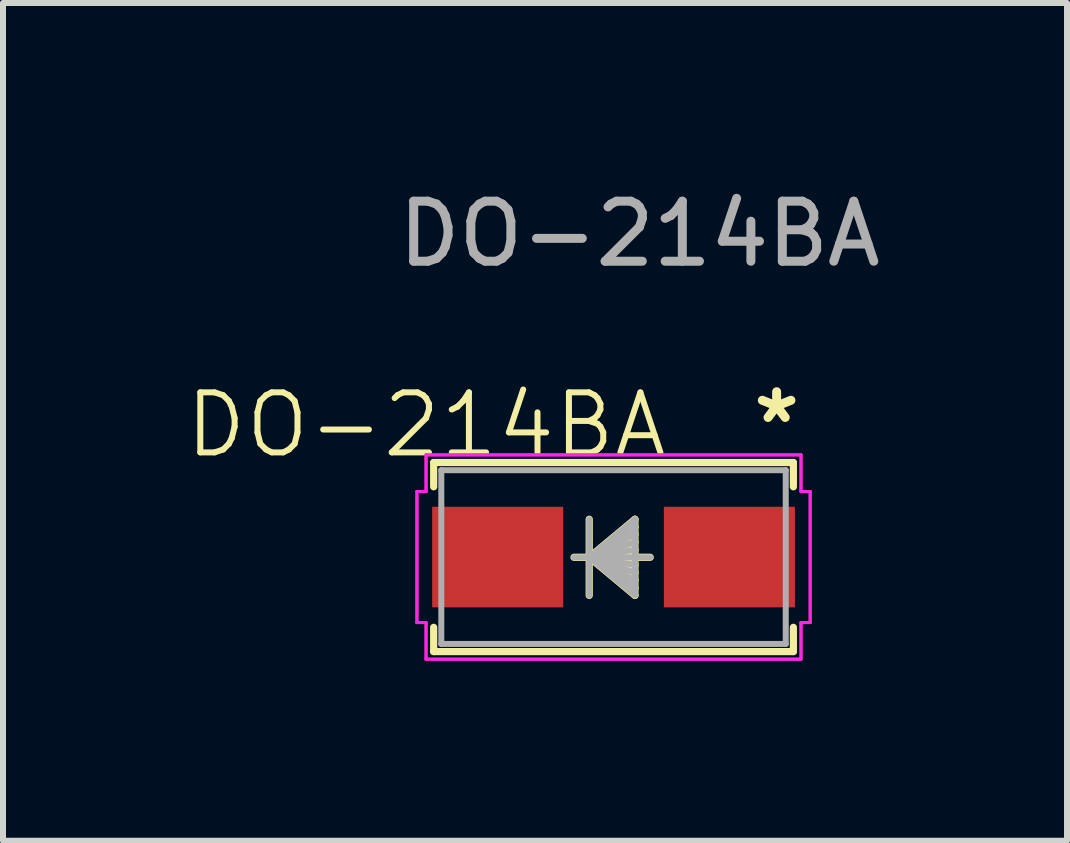
<source format=kicad_pcb>
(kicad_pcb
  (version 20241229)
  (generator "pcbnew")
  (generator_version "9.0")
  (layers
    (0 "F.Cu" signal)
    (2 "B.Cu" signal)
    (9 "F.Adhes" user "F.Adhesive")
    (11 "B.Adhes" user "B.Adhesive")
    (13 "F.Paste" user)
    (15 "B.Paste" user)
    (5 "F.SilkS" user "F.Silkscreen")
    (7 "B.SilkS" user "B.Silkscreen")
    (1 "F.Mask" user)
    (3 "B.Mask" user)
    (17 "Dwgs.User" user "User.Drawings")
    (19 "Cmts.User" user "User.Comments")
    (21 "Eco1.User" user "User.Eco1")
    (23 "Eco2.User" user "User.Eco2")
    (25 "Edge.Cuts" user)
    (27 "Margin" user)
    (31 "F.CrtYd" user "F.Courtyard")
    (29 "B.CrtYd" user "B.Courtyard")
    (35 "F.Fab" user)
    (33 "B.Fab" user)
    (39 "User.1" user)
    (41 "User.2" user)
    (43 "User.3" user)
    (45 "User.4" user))
  (footprint "DO-214BA"
    (layer "F.Cu")
    (at 7.17 6.231)
    (property "Reference" "DO-214BA" (at -3.12 -2.2 0) (unlocked yes) (layer "F.SilkS") (effects (font (size 1 1) (thickness 0.1))))
    (attr smd)
    (fp_line (start -2.993 -1.573) (end -2.993 -1.169) (stroke (width 0.12) (type solid)) (layer "F.SilkS"))
    (fp_line (start -2.993 1.173) (end -2.993 1.577) (stroke (width 0.12) (type solid)) (layer "F.SilkS"))
    (fp_line (start -2.993 1.577) (end 3.001 1.577) (stroke (width 0.12) (type solid)) (layer "F.SilkS"))
    (fp_line (start -0.401 -0.628) (end -0.401 0.641) (stroke (width 0.12) (type solid)) (layer "F.SilkS"))
    (fp_line (start -0.401 0.006) (end 0.361 -0.628) (stroke (width 0.12) (type solid)) (layer "F.SilkS"))
    (fp_line (start -0.401 0.006) (end 0.361 -0.501) (stroke (width 0.12) (type solid)) (layer "F.SilkS"))
    (fp_line (start -0.401 0.006) (end 0.361 -0.374) (stroke (width 0.12) (type solid)) (layer "F.SilkS"))
    (fp_line (start -0.401 0.006) (end 0.361 -0.247) (stroke (width 0.12) (type solid)) (layer "F.SilkS"))
    (fp_line (start -0.401 0.006) (end 0.361 -0.12) (stroke (width 0.12) (type solid)) (layer "F.SilkS"))
    (fp_line (start -0.401 0.006) (end 0.361 0.134) (stroke (width 0.12) (type solid)) (layer "F.SilkS"))
    (fp_line (start -0.401 0.006) (end 0.361 0.261) (stroke (width 0.12) (type solid)) (layer "F.SilkS"))
    (fp_line (start -0.401 0.006) (end 0.361 0.388) (stroke (width 0.12) (type solid)) (layer "F.SilkS"))
    (fp_line (start -0.401 0.006) (end 0.361 0.514) (stroke (width 0.12) (type solid)) (layer "F.SilkS"))
    (fp_line (start -0.401 0.006) (end 0.361 0.641) (stroke (width 0.12) (type solid)) (layer "F.SilkS"))
    (fp_line (start 0.361 -0.628) (end 0.361 0.641) (stroke (width 0.12) (type solid)) (layer "F.SilkS"))
    (fp_line (start 0.615 0.006) (end -0.655 0.006) (stroke (width 0.12) (type solid)) (layer "F.SilkS"))
    (fp_line (start 3.001 -1.573) (end -2.993 -1.573) (stroke (width 0.12) (type solid)) (layer "F.SilkS"))
    (fp_line (start 3.001 -1.169) (end 3.001 -1.573) (stroke (width 0.12) (type solid)) (layer "F.SilkS"))
    (fp_line (start 3.001 1.577) (end 3.001 1.173) (stroke (width 0.12) (type solid)) (layer "F.SilkS"))
    (fp_line (start -3.272 -1.09) (end -3.12 -1.09) (stroke (width 0.05) (type solid)) (layer "F.CrtYd"))
    (fp_line (start -3.272 -1.09) (end -3.12 -1.09) (stroke (width 0.05) (type solid)) (layer "F.CrtYd"))
    (fp_line (start -3.272 1.094) (end -3.272 -1.09) (stroke (width 0.05) (type solid)) (layer "F.CrtYd"))
    (fp_line (start -3.272 1.094) (end -3.272 -1.09) (stroke (width 0.05) (type solid)) (layer "F.CrtYd"))
    (fp_line (start -3.12 -1.7) (end 3.128 -1.7) (stroke (width 0.05) (type solid)) (layer "F.CrtYd"))
    (fp_line (start -3.12 -1.7) (end 3.128 -1.7) (stroke (width 0.05) (type solid)) (layer "F.CrtYd"))
    (fp_line (start -3.12 -1.09) (end -3.12 -1.7) (stroke (width 0.05) (type solid)) (layer "F.CrtYd"))
    (fp_line (start -3.12 -1.09) (end -3.12 -1.7) (stroke (width 0.05) (type solid)) (layer "F.CrtYd"))
    (fp_line (start -3.12 1.094) (end -3.272 1.094) (stroke (width 0.05) (type solid)) (layer "F.CrtYd"))
    (fp_line (start -3.12 1.094) (end -3.272 1.094) (stroke (width 0.05) (type solid)) (layer "F.CrtYd"))
    (fp_line (start -3.12 1.704) (end -3.12 1.094) (stroke (width 0.05) (type solid)) (layer "F.CrtYd"))
    (fp_line (start -3.12 1.704) (end -3.12 1.094) (stroke (width 0.05) (type solid)) (layer "F.CrtYd"))
    (fp_line (start 3.128 -1.7) (end 3.128 -1.09) (stroke (width 0.05) (type solid)) (layer "F.CrtYd"))
    (fp_line (start 3.128 -1.7) (end 3.128 -1.09) (stroke (width 0.05) (type solid)) (layer "F.CrtYd"))
    (fp_line (start 3.128 -1.09) (end 3.281 -1.09) (stroke (width 0.05) (type solid)) (layer "F.CrtYd"))
    (fp_line (start 3.128 -1.09) (end 3.281 -1.09) (stroke (width 0.05) (type solid)) (layer "F.CrtYd"))
    (fp_line (start 3.128 1.094) (end 3.128 1.704) (stroke (width 0.05) (type solid)) (layer "F.CrtYd"))
    (fp_line (start 3.128 1.094) (end 3.128 1.704) (stroke (width 0.05) (type solid)) (layer "F.CrtYd"))
    (fp_line (start 3.128 1.704) (end -3.12 1.704) (stroke (width 0.05) (type solid)) (layer "F.CrtYd"))
    (fp_line (start 3.128 1.704) (end -3.12 1.704) (stroke (width 0.05) (type solid)) (layer "F.CrtYd"))
    (fp_line (start 3.281 -1.09) (end 3.281 1.094) (stroke (width 0.05) (type solid)) (layer "F.CrtYd"))
    (fp_line (start 3.281 -1.09) (end 3.281 1.094) (stroke (width 0.05) (type solid)) (layer "F.CrtYd"))
    (fp_line (start 3.281 1.094) (end 3.128 1.094) (stroke (width 0.05) (type solid)) (layer "F.CrtYd"))
    (fp_line (start 3.281 1.094) (end 3.128 1.094) (stroke (width 0.05) (type solid)) (layer "F.CrtYd"))
    (fp_line (start -2.866 -1.446) (end -2.866 1.45) (stroke (width 0.1) (type solid)) (layer "F.Fab"))
    (fp_line (start -2.866 1.45) (end 2.874 1.45) (stroke (width 0.1) (type solid)) (layer "F.Fab"))
    (fp_line (start -0.401 -0.628) (end -0.401 0.641) (stroke (width 0.1) (type solid)) (layer "F.Fab"))
    (fp_line (start -0.401 0.006) (end 0.361 -0.628) (stroke (width 0.1) (type solid)) (layer "F.Fab"))
    (fp_line (start -0.401 0.006) (end 0.361 -0.501) (stroke (width 0.1) (type solid)) (layer "F.Fab"))
    (fp_line (start -0.401 0.006) (end 0.361 -0.374) (stroke (width 0.1) (type solid)) (layer "F.Fab"))
    (fp_line (start -0.401 0.006) (end 0.361 -0.247) (stroke (width 0.1) (type solid)) (layer "F.Fab"))
    (fp_line (start -0.401 0.006) (end 0.361 -0.12) (stroke (width 0.1) (type solid)) (layer "F.Fab"))
    (fp_line (start -0.401 0.006) (end 0.361 0.134) (stroke (width 0.1) (type solid)) (layer "F.Fab"))
    (fp_line (start -0.401 0.006) (end 0.361 0.261) (stroke (width 0.1) (type solid)) (layer "F.Fab"))
    (fp_line (start -0.401 0.006) (end 0.361 0.388) (stroke (width 0.1) (type solid)) (layer "F.Fab"))
    (fp_line (start -0.401 0.006) (end 0.361 0.514) (stroke (width 0.1) (type solid)) (layer "F.Fab"))
    (fp_line (start -0.401 0.006) (end 0.361 0.641) (stroke (width 0.1) (type solid)) (layer "F.Fab"))
    (fp_line (start 0.361 -0.628) (end 0.361 0.641) (stroke (width 0.1) (type solid)) (layer "F.Fab"))
    (fp_line (start 0.615 0.006) (end -0.655 0.006) (stroke (width 0.1) (type solid)) (layer "F.Fab"))
    (fp_line (start 2.874 -1.446) (end -2.866 -1.446) (stroke (width 0.1) (type solid)) (layer "F.Fab"))
    (fp_line (start 2.874 1.45) (end 2.874 -1.446) (stroke (width 0.1) (type solid)) (layer "F.Fab"))
    (fp_text user "*" (at 2.722 -2.208 0) (layer "F.SilkS") (effects (font (size 1 1) (thickness 0.15))))
    (fp_text user "${REFERENCE}" (at 0.436 -5.383 0) (unlocked yes) (layer "F.Fab") (effects (font (size 1 1) (thickness 0.15))))
    (pad "1" smd rect (at -1.926 0.002 90) (size 1.676 2.184) (layers "F.Cu" "F.Mask" "F.Paste"))
    (pad "2" smd rect (at 1.935 0.002 90) (size 1.676 2.184) (layers "F.Cu" "F.Mask" "F.Paste")))
  (gr_rect
    (start -3 -3)
    (end 14.731 10.96)
    (stroke (width 0.1) (type default))
    (fill no)
    (layer "Edge.Cuts")))
</source>
